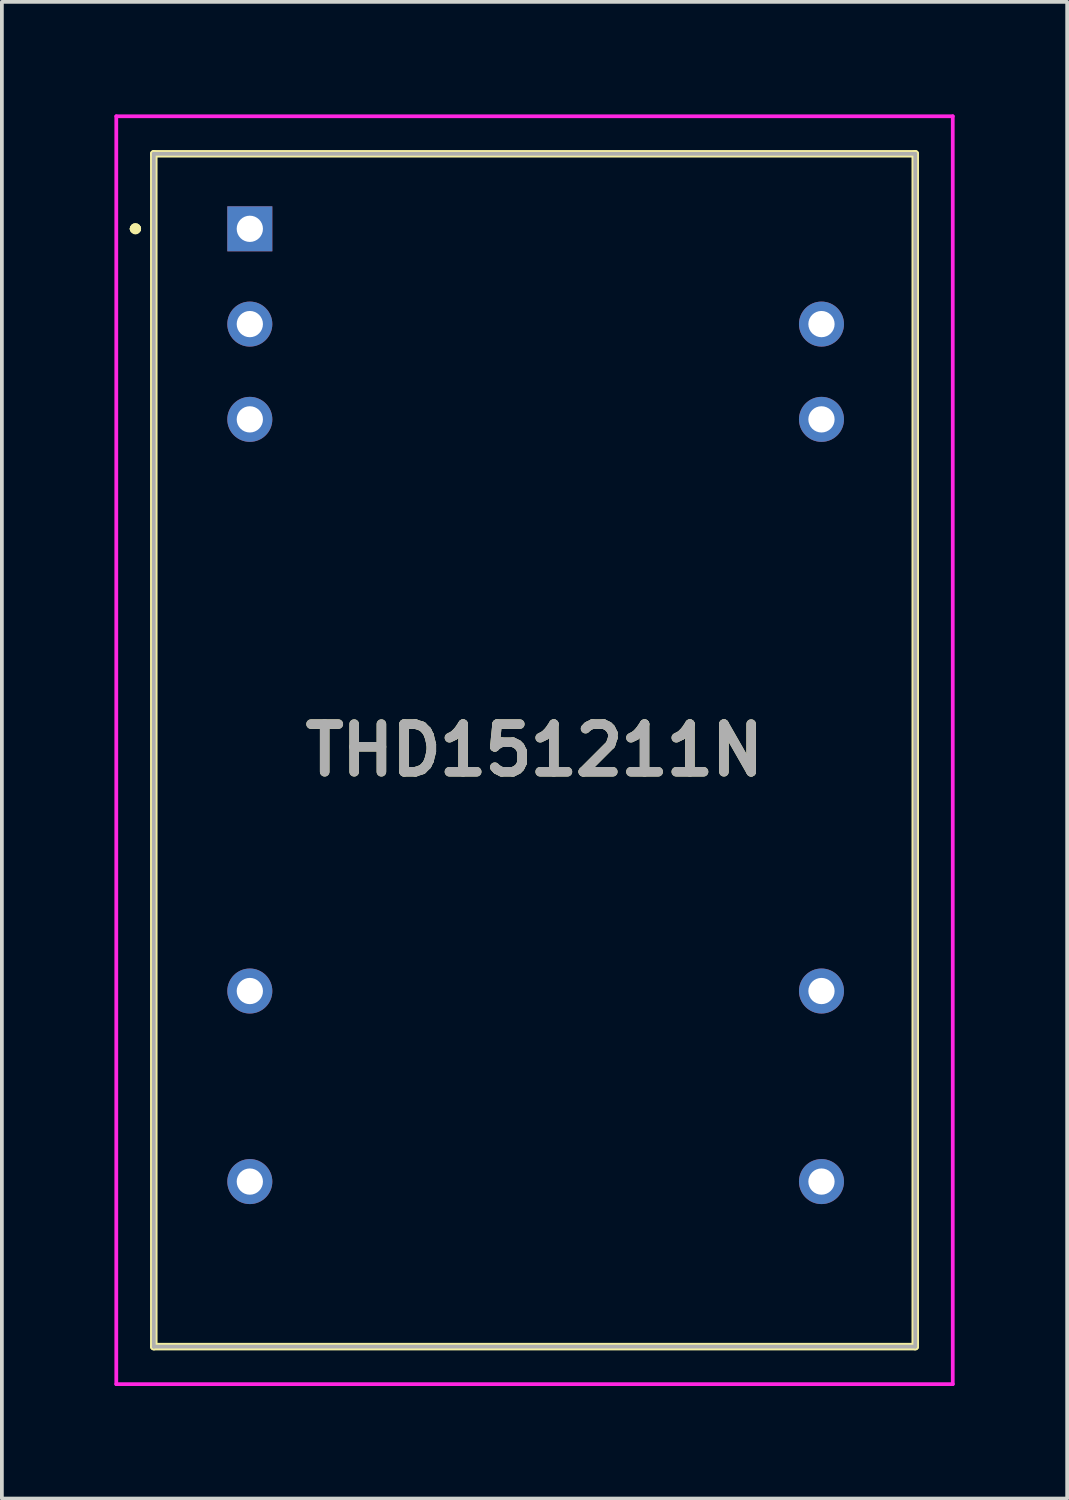
<source format=kicad_pcb>
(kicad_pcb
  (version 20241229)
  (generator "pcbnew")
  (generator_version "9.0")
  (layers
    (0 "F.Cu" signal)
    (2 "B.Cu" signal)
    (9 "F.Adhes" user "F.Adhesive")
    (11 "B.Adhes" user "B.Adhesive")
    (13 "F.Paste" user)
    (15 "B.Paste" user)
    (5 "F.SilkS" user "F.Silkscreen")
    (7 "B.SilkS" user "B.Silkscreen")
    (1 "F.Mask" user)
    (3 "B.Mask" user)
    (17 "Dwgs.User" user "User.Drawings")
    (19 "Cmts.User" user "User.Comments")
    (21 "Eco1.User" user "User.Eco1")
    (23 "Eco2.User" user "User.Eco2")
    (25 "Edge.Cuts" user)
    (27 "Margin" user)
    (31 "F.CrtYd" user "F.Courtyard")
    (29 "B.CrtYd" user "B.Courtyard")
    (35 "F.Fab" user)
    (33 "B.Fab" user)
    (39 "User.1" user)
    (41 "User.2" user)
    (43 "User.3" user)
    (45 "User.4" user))
  (footprint "THD151211N"
    (layer "F.Cu")
    (at 3.61 3.05)
    (property "Reference" "THD151211N" (at 7.59 13.9 0) (layer "F.SilkS") (effects (font (size 1.27 1.27) (thickness 0.254))))
    (attr through_hole)
    (fp_line (start -3.1 0) (end -3.1 0) (stroke (width 0.2) (type solid)) (layer "F.SilkS"))
    (fp_line (start -3 0) (end -3 0) (stroke (width 0.2) (type solid)) (layer "F.SilkS"))
    (fp_line (start -3 0) (end -3 0) (stroke (width 0.2) (type solid)) (layer "F.SilkS"))
    (fp_line (start -2.56 -2) (end -2.56 29.8) (stroke (width 0.2) (type solid)) (layer "F.SilkS"))
    (fp_line (start -2.56 29.8) (end 17.74 29.8) (stroke (width 0.2) (type solid)) (layer "F.SilkS"))
    (fp_line (start 17.74 -2) (end -2.56 -2) (stroke (width 0.2) (type solid)) (layer "F.SilkS"))
    (fp_line (start 17.74 29.8) (end 17.74 -2) (stroke (width 0.2) (type solid)) (layer "F.SilkS"))
    (fp_arc (start -3.1 0) (mid -3.05 -0.05) (end -3 0) (stroke (width 0.2) (type solid)) (layer "F.SilkS"))
    (fp_arc (start -3.1 0) (mid -3.05 -0.05) (end -3 0) (stroke (width 0.2) (type solid)) (layer "F.SilkS"))
    (fp_arc (start -3 0) (mid -3.05 0.05) (end -3.1 0) (stroke (width 0.2) (type solid)) (layer "F.SilkS"))
    (fp_line (start -3.56 -3) (end -3.56 30.8) (stroke (width 0.1) (type solid)) (layer "F.CrtYd"))
    (fp_line (start -3.56 30.8) (end 18.74 30.8) (stroke (width 0.1) (type solid)) (layer "F.CrtYd"))
    (fp_line (start 18.74 -3) (end -3.56 -3) (stroke (width 0.1) (type solid)) (layer "F.CrtYd"))
    (fp_line (start 18.74 30.8) (end 18.74 -3) (stroke (width 0.1) (type solid)) (layer "F.CrtYd"))
    (fp_line (start -2.56 -2) (end 17.74 -2) (stroke (width 0.1) (type solid)) (layer "F.Fab"))
    (fp_line (start -2.56 29.8) (end -2.56 -2) (stroke (width 0.1) (type solid)) (layer "F.Fab"))
    (fp_line (start 17.74 -2) (end 17.74 29.8) (stroke (width 0.1) (type solid)) (layer "F.Fab"))
    (fp_line (start 17.74 29.8) (end -2.56 29.8) (stroke (width 0.1) (type solid)) (layer "F.Fab"))
    (fp_text user "${REFERENCE}" (at 7.59 13.9 0) (layer "F.Fab") (effects (font (size 1.27 1.27) (thickness 0.254))))
    (pad "1" thru_hole rect (at 0 0) (size 1.2 1.2) (drill 0.7) (layers "*.Cu" "*.Mask"))
    (pad "2" thru_hole circle (at 0 2.54) (size 1.2 1.2) (drill 0.7) (layers "*.Cu" "*.Mask"))
    (pad "3" thru_hole circle (at 0 5.08) (size 1.2 1.2) (drill 0.7) (layers "*.Cu" "*.Mask"))
    (pad "9" thru_hole circle (at 0 20.32) (size 1.2 1.2) (drill 0.7) (layers "*.Cu" "*.Mask"))
    (pad "11" thru_hole circle (at 0 25.4) (size 1.2 1.2) (drill 0.7) (layers "*.Cu" "*.Mask"))
    (pad "14" thru_hole circle (at 15.24 25.4) (size 1.2 1.2) (drill 0.7) (layers "*.Cu" "*.Mask"))
    (pad "16" thru_hole circle (at 15.24 20.32) (size 1.2 1.2) (drill 0.7) (layers "*.Cu" "*.Mask"))
    (pad "22" thru_hole circle (at 15.24 5.08) (size 1.2 1.2) (drill 0.7) (layers "*.Cu" "*.Mask"))
    (pad "23" thru_hole circle (at 15.24 2.54) (size 1.2 1.2) (drill 0.7) (layers "*.Cu" "*.Mask")))
  (gr_rect
    (start -3 -3)
    (end 25.4 36.9)
    (stroke (width 0.1) (type default))
    (fill no)
    (layer "Edge.Cuts")))
</source>
